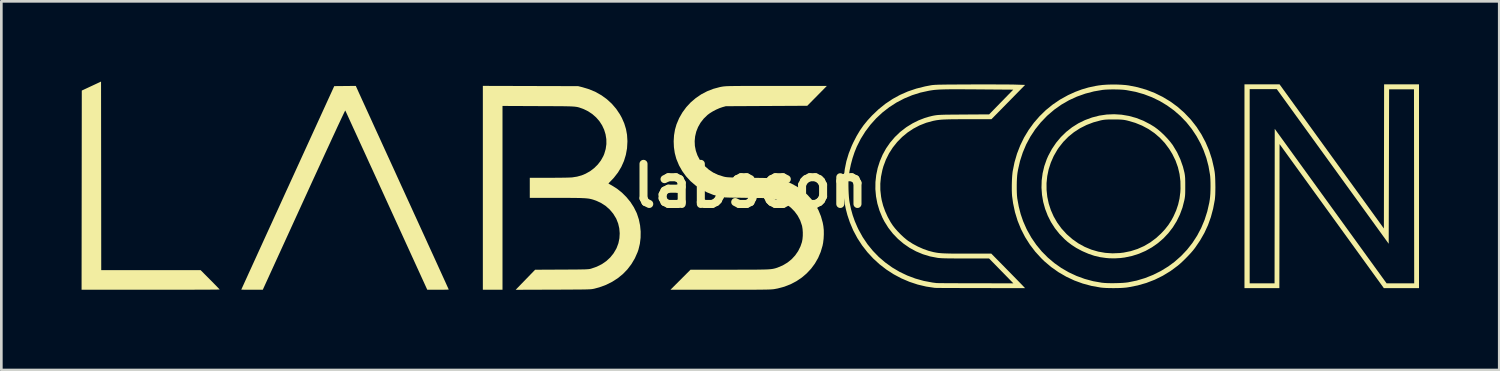
<source format=kicad_pcb>
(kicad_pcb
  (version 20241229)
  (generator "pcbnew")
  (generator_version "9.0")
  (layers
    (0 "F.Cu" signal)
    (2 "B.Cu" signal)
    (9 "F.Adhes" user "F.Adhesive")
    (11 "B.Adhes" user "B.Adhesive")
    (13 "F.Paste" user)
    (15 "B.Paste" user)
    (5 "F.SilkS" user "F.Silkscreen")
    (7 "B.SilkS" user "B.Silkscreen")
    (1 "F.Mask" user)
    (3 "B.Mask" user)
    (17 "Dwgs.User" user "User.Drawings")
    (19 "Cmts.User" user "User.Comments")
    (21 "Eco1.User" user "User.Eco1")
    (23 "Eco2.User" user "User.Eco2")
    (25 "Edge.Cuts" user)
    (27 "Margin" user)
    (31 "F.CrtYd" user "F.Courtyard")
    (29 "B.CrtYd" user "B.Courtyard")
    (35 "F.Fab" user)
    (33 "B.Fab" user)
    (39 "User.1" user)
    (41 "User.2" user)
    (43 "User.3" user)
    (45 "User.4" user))
  (footprint "labscon"
    (layer "F.Cu")
    (at 25.01 3.898)
    (property "Reference" "labscon" (at 0 0 0) (layer "F.SilkS") (effects (font (size 1.5 1.5) (thickness 0.3))))
    (attr board_only exclude_from_pos_files exclude_from_bom)
    (fp_poly (pts (xy -24.278 -0.373) (xy -24.275 3.151) (xy -22.417 3.151) (xy -20.56 3.151) (xy -20.205 3.508) (xy -20.12 3.593) (xy -20.043 3.672) (xy -19.975 3.741) (xy -19.919 3.799) (xy -19.878 3.842) (xy -19.854 3.869) (xy -19.849 3.876) (xy -19.864 3.877) (xy -19.907 3.878) (xy -19.977 3.879) (xy -20.073 3.88) (xy -20.192 3.881) (xy -20.334 3.882) (xy -20.496 3.882) (xy -20.678 3.883) (xy -20.878 3.884) (xy -21.094 3.884) (xy -21.325 3.885) (xy -21.568 3.885) (xy -21.824 3.885) (xy -22.089 3.886) (xy -22.363 3.886) (xy -22.429 3.886) (xy -25.01 3.886) (xy -25.006 0.162) (xy -25.002 -3.562) (xy -24.642 -3.73) (xy -24.282 -3.898)) (stroke (width 0) (type solid)) (fill yes) (layer "F.SilkS"))
    (fp_poly (pts (xy 24.995 0.015) (xy 24.995 3.826) (xy 24.338 3.826) (xy 23.681 3.826) (xy 21.731 1.132) (xy 19.781 -1.561) (xy 19.778 1.132) (xy 19.774 3.826) (xy 19.121 3.826) (xy 18.469 3.826) (xy 18.469 0.015) (xy 18.469 -3.616) (xy 18.664 -3.616) (xy 18.664 0.015) (xy 18.664 3.646) (xy 19.129 3.646) (xy 19.594 3.646) (xy 19.598 0.758) (xy 19.601 -2.131) (xy 21.692 0.758) (xy 23.783 3.646) (xy 24.299 3.646) (xy 24.815 3.646) (xy 24.811 0.019) (xy 24.807 -3.608) (xy 24.342 -3.608) (xy 23.877 -3.608) (xy 23.87 -0.721) (xy 23.862 2.166) (xy 21.77 -0.725) (xy 19.677 -3.616) (xy 19.17 -3.616) (xy 18.664 -3.616) (xy 18.469 -3.616) (xy 18.469 -3.796) (xy 19.125 -3.795) (xy 19.781 -3.795) (xy 21.732 -1.099) (xy 23.682 1.596) (xy 23.686 -1.1) (xy 23.69 -3.796) (xy 24.342 -3.796) (xy 24.995 -3.796)) (stroke (width 0) (type solid)) (fill yes) (layer "F.SilkS"))
    (fp_poly (pts (xy -14.739 -3.695) (xy -14.731 -3.678) (xy -14.711 -3.635) (xy -14.68 -3.566) (xy -14.639 -3.474) (xy -14.586 -3.359) (xy -14.524 -3.222) (xy -14.452 -3.065) (xy -14.371 -2.888) (xy -14.282 -2.693) (xy -14.185 -2.481) (xy -14.081 -2.252) (xy -13.97 -2.009) (xy -13.852 -1.752) (xy -13.729 -1.482) (xy -13.6 -1.2) (xy -13.466 -0.907) (xy -13.328 -0.606) (xy -13.187 -0.296) (xy -13.042 0.022) (xy -13.002 0.108) (xy -12.857 0.426) (xy -12.714 0.738) (xy -12.576 1.041) (xy -12.441 1.335) (xy -12.312 1.618) (xy -12.187 1.89) (xy -12.069 2.15) (xy -11.957 2.395) (xy -11.851 2.626) (xy -11.753 2.841) (xy -11.663 3.039) (xy -11.581 3.219) (xy -11.508 3.379) (xy -11.444 3.519) (xy -11.39 3.638) (xy -11.347 3.734) (xy -11.314 3.806) (xy -11.292 3.854) (xy -11.283 3.876) (xy -11.282 3.877) (xy -11.297 3.879) (xy -11.337 3.881) (xy -11.4 3.883) (xy -11.481 3.884) (xy -11.576 3.885) (xy -11.683 3.886) (xy -11.684 3.886) (xy -12.085 3.885) (xy -13.612 0.544) (xy -13.749 0.243) (xy -13.883 -0.05) (xy -14.013 -0.335) (xy -14.139 -0.61) (xy -14.261 -0.875) (xy -14.376 -1.128) (xy -14.486 -1.368) (xy -14.59 -1.594) (xy -14.686 -1.805) (xy -14.775 -1.999) (xy -14.856 -2.175) (xy -14.928 -2.333) (xy -14.991 -2.47) (xy -15.044 -2.587) (xy -15.087 -2.681) (xy -15.12 -2.751) (xy -15.141 -2.796) (xy -15.15 -2.816) (xy -15.151 -2.817) (xy -15.158 -2.805) (xy -15.178 -2.767) (xy -15.209 -2.703) (xy -15.252 -2.613) (xy -15.306 -2.499) (xy -15.371 -2.36) (xy -15.447 -2.198) (xy -15.532 -2.013) (xy -15.629 -1.805) (xy -15.734 -1.576) (xy -15.85 -1.326) (xy -15.974 -1.056) (xy -16.107 -0.766) (xy -16.249 -0.457) (xy -16.4 -0.129) (xy -16.558 0.217) (xy -16.699 0.525) (xy -18.235 3.886) (xy -18.637 3.886) (xy -18.743 3.886) (xy -18.839 3.885) (xy -18.92 3.884) (xy -18.983 3.883) (xy -19.024 3.882) (xy -19.039 3.88) (xy -19.039 3.88) (xy -19.033 3.866) (xy -19.014 3.826) (xy -18.985 3.761) (xy -18.944 3.672) (xy -18.893 3.559) (xy -18.832 3.426) (xy -18.762 3.271) (xy -18.682 3.097) (xy -18.594 2.904) (xy -18.498 2.694) (xy -18.395 2.467) (xy -18.284 2.225) (xy -18.168 1.97) (xy -18.045 1.701) (xy -17.916 1.42) (xy -17.783 1.128) (xy -17.645 0.827) (xy -17.504 0.517) (xy -17.359 0.199) (xy -17.301 0.073) (xy -15.563 -3.728) (xy -15.159 -3.732) (xy -14.755 -3.736)) (stroke (width 0) (type solid)) (fill yes) (layer "F.SilkS"))
    (fp_poly (pts (xy 13.875 -2.66) (xy 14.15 -2.613) (xy 14.421 -2.538) (xy 14.685 -2.435) (xy 14.941 -2.303) (xy 15.102 -2.204) (xy 15.217 -2.119) (xy 15.341 -2.015) (xy 15.466 -1.897) (xy 15.585 -1.772) (xy 15.693 -1.647) (xy 15.783 -1.529) (xy 15.796 -1.509) (xy 15.949 -1.255) (xy 16.072 -0.99) (xy 16.169 -0.715) (xy 16.221 -0.51) (xy 16.232 -0.455) (xy 16.24 -0.404) (xy 16.246 -0.351) (xy 16.251 -0.291) (xy 16.253 -0.217) (xy 16.255 -0.126) (xy 16.255 -0.01) (xy 16.255 0.008) (xy 16.255 0.127) (xy 16.254 0.222) (xy 16.252 0.298) (xy 16.248 0.361) (xy 16.242 0.417) (xy 16.234 0.471) (xy 16.223 0.529) (xy 16.221 0.539) (xy 16.151 0.814) (xy 16.054 1.076) (xy 15.933 1.323) (xy 15.789 1.555) (xy 15.623 1.77) (xy 15.438 1.966) (xy 15.234 2.142) (xy 15.013 2.297) (xy 14.776 2.43) (xy 14.525 2.539) (xy 14.262 2.623) (xy 13.988 2.68) (xy 13.825 2.7) (xy 13.614 2.712) (xy 13.411 2.708) (xy 13.294 2.698) (xy 13.068 2.666) (xy 12.853 2.615) (xy 12.641 2.543) (xy 12.423 2.449) (xy 12.37 2.423) (xy 12.18 2.321) (xy 12.011 2.212) (xy 11.853 2.092) (xy 11.749 2) (xy 11.554 1.801) (xy 11.382 1.585) (xy 11.235 1.355) (xy 11.113 1.113) (xy 11.016 0.861) (xy 10.944 0.602) (xy 10.899 0.337) (xy 10.88 0.069) (xy 10.885 -0.103) (xy 11.069 -0.103) (xy 11.07 0.155) (xy 11.097 0.412) (xy 11.151 0.664) (xy 11.231 0.91) (xy 11.337 1.149) (xy 11.469 1.377) (xy 11.626 1.593) (xy 11.809 1.794) (xy 11.832 1.817) (xy 12.04 1.998) (xy 12.263 2.154) (xy 12.498 2.283) (xy 12.744 2.385) (xy 13 2.46) (xy 13.264 2.506) (xy 13.534 2.524) (xy 13.809 2.513) (xy 13.951 2.496) (xy 14.216 2.442) (xy 14.472 2.36) (xy 14.716 2.251) (xy 14.948 2.115) (xy 15.166 1.952) (xy 15.348 1.785) (xy 15.498 1.624) (xy 15.625 1.462) (xy 15.736 1.29) (xy 15.813 1.148) (xy 15.914 0.923) (xy 15.989 0.701) (xy 16.041 0.475) (xy 16.071 0.237) (xy 16.078 0.105) (xy 16.074 -0.172) (xy 16.042 -0.438) (xy 15.981 -0.696) (xy 15.891 -0.947) (xy 15.772 -1.19) (xy 15.655 -1.38) (xy 15.492 -1.599) (xy 15.307 -1.796) (xy 15.103 -1.971) (xy 14.881 -2.123) (xy 14.641 -2.251) (xy 14.385 -2.355) (xy 14.115 -2.434) (xy 14.056 -2.448) (xy 13.997 -2.46) (xy 13.943 -2.468) (xy 13.885 -2.474) (xy 13.819 -2.478) (xy 13.737 -2.481) (xy 13.635 -2.482) (xy 13.578 -2.482) (xy 13.464 -2.481) (xy 13.374 -2.48) (xy 13.303 -2.477) (xy 13.242 -2.472) (xy 13.188 -2.465) (xy 13.133 -2.455) (xy 13.098 -2.448) (xy 12.823 -2.374) (xy 12.564 -2.275) (xy 12.32 -2.152) (xy 12.093 -2.005) (xy 11.885 -1.836) (xy 11.697 -1.645) (xy 11.529 -1.433) (xy 11.473 -1.35) (xy 11.337 -1.114) (xy 11.229 -0.868) (xy 11.148 -0.617) (xy 11.095 -0.361) (xy 11.069 -0.103) (xy 10.885 -0.103) (xy 10.887 -0.2) (xy 10.922 -0.468) (xy 10.985 -0.734) (xy 11.076 -0.994) (xy 11.133 -1.123) (xy 11.269 -1.376) (xy 11.428 -1.611) (xy 11.607 -1.825) (xy 11.806 -2.018) (xy 12.023 -2.189) (xy 12.257 -2.336) (xy 12.506 -2.458) (xy 12.769 -2.555) (xy 13.041 -2.625) (xy 13.319 -2.666) (xy 13.598 -2.677)) (stroke (width 0) (type solid)) (fill yes) (layer "F.SilkS"))
    (fp_poly (pts (xy -8.225 -3.732) (xy -6.444 -3.727) (xy -6.286 -3.688) (xy -6.03 -3.61) (xy -5.791 -3.509) (xy -5.57 -3.384) (xy -5.367 -3.236) (xy -5.184 -3.068) (xy -5.021 -2.878) (xy -4.881 -2.669) (xy -4.809 -2.538) (xy -4.719 -2.331) (xy -4.655 -2.123) (xy -4.616 -1.909) (xy -4.602 -1.682) (xy -4.602 -1.65) (xy -4.616 -1.401) (xy -4.66 -1.16) (xy -4.731 -0.928) (xy -4.83 -0.707) (xy -4.955 -0.498) (xy -5.106 -0.304) (xy -5.227 -0.176) (xy -5.267 -0.136) (xy -5.296 -0.105) (xy -5.31 -0.087) (xy -5.31 -0.085) (xy -5.295 -0.076) (xy -5.26 -0.056) (xy -5.211 -0.029) (xy -5.187 -0.016) (xy -4.991 0.107) (xy -4.808 0.253) (xy -4.639 0.421) (xy -4.489 0.604) (xy -4.362 0.8) (xy -4.26 1.005) (xy -4.245 1.041) (xy -4.174 1.257) (xy -4.128 1.481) (xy -4.106 1.711) (xy -4.109 1.941) (xy -4.136 2.166) (xy -4.188 2.381) (xy -4.22 2.476) (xy -4.323 2.709) (xy -4.451 2.925) (xy -4.6 3.121) (xy -4.772 3.299) (xy -4.964 3.455) (xy -5.176 3.591) (xy -5.406 3.705) (xy -5.653 3.795) (xy -5.839 3.845) (xy -5.864 3.85) (xy -5.888 3.855) (xy -5.913 3.859) (xy -5.943 3.863) (xy -5.978 3.866) (xy -6.021 3.869) (xy -6.073 3.871) (xy -6.138 3.873) (xy -6.215 3.875) (xy -6.309 3.876) (xy -6.419 3.877) (xy -6.55 3.878) (xy -6.702 3.879) (xy -6.877 3.88) (xy -7.078 3.881) (xy -7.306 3.882) (xy -7.38 3.882) (xy -8.78 3.887) (xy -8.416 3.512) (xy -8.053 3.137) (xy -7.061 3.132) (xy -6.863 3.131) (xy -6.694 3.13) (xy -6.55 3.129) (xy -6.428 3.128) (xy -6.327 3.126) (xy -6.244 3.125) (xy -6.177 3.123) (xy -6.123 3.12) (xy -6.08 3.117) (xy -6.045 3.114) (xy -6.016 3.11) (xy -5.992 3.105) (xy -5.968 3.099) (xy -5.954 3.095) (xy -5.747 3.023) (xy -5.559 2.929) (xy -5.391 2.814) (xy -5.244 2.678) (xy -5.119 2.523) (xy -5.017 2.349) (xy -5.002 2.317) (xy -4.938 2.144) (xy -4.901 1.962) (xy -4.89 1.776) (xy -4.906 1.589) (xy -4.948 1.408) (xy -5.016 1.236) (xy -5.028 1.212) (xy -5.135 1.039) (xy -5.264 0.886) (xy -5.413 0.754) (xy -5.582 0.644) (xy -5.77 0.556) (xy -5.814 0.541) (xy -5.862 0.524) (xy -5.909 0.509) (xy -5.955 0.497) (xy -6.003 0.486) (xy -6.056 0.477) (xy -6.116 0.47) (xy -6.186 0.464) (xy -6.267 0.46) (xy -6.363 0.456) (xy -6.476 0.454) (xy -6.608 0.452) (xy -6.762 0.451) (xy -6.94 0.45) (xy -7.144 0.45) (xy -7.243 0.45) (xy -8.252 0.45) (xy -8.252 0.075) (xy -8.252 -0.3) (xy -7.535 -0.3) (xy -7.385 -0.301) (xy -7.24 -0.302) (xy -7.102 -0.303) (xy -6.976 -0.305) (xy -6.866 -0.307) (xy -6.774 -0.31) (xy -6.706 -0.313) (xy -6.67 -0.315) (xy -6.484 -0.344) (xy -6.311 -0.392) (xy -6.169 -0.451) (xy -6 -0.545) (xy -5.846 -0.662) (xy -5.709 -0.797) (xy -5.593 -0.949) (xy -5.502 -1.112) (xy -5.468 -1.193) (xy -5.414 -1.377) (xy -5.388 -1.562) (xy -5.39 -1.745) (xy -5.419 -1.925) (xy -5.472 -2.098) (xy -5.549 -2.263) (xy -5.649 -2.417) (xy -5.771 -2.557) (xy -5.913 -2.682) (xy -6.074 -2.789) (xy -6.252 -2.875) (xy -6.316 -2.898) (xy -6.354 -2.911) (xy -6.387 -2.923) (xy -6.42 -2.933) (xy -6.453 -2.942) (xy -6.488 -2.949) (xy -6.529 -2.955) (xy -6.576 -2.961) (xy -6.632 -2.965) (xy -6.699 -2.969) (xy -6.779 -2.972) (xy -6.874 -2.974) (xy -6.986 -2.976) (xy -7.117 -2.977) (xy -7.27 -2.978) (xy -7.446 -2.979) (xy -7.647 -2.98) (xy -7.876 -2.981) (xy -7.933 -2.981) (xy -9.272 -2.987) (xy -9.272 0.449) (xy -9.272 3.886) (xy -9.639 3.886) (xy -10.007 3.886) (xy -10.007 0.075) (xy -10.007 -3.737)) (stroke (width 0) (type solid)) (fill yes) (layer "F.SilkS"))
    (fp_poly (pts (xy 2.49 -3.364) (xy 2.123 -2.993) (xy 0.6 -2.985) (xy -0.923 -2.977) (xy -1.043 -2.944) (xy -1.159 -2.904) (xy -1.283 -2.85) (xy -1.405 -2.786) (xy -1.517 -2.717) (xy -1.605 -2.652) (xy -1.748 -2.513) (xy -1.867 -2.361) (xy -1.96 -2.198) (xy -2.028 -2.027) (xy -2.07 -1.85) (xy -2.087 -1.671) (xy -2.079 -1.491) (xy -2.044 -1.313) (xy -1.984 -1.14) (xy -1.897 -0.975) (xy -1.784 -0.819) (xy -1.708 -0.737) (xy -1.556 -0.603) (xy -1.39 -0.494) (xy -1.208 -0.409) (xy -1.006 -0.346) (xy -0.99 -0.342) (xy -0.961 -0.335) (xy -0.931 -0.33) (xy -0.897 -0.325) (xy -0.857 -0.321) (xy -0.808 -0.318) (xy -0.747 -0.315) (xy -0.673 -0.312) (xy -0.581 -0.31) (xy -0.47 -0.307) (xy -0.336 -0.305) (xy -0.178 -0.303) (xy 0.007 -0.301) (xy 0.015 -0.3) (xy 0.201 -0.298) (xy 0.36 -0.296) (xy 0.494 -0.294) (xy 0.606 -0.291) (xy 0.699 -0.289) (xy 0.775 -0.286) (xy 0.837 -0.283) (xy 0.887 -0.28) (xy 0.928 -0.276) (xy 0.963 -0.271) (xy 0.995 -0.266) (xy 1.025 -0.259) (xy 1.029 -0.258) (xy 1.28 -0.187) (xy 1.516 -0.091) (xy 1.736 0.028) (xy 1.938 0.168) (xy 2.121 0.328) (xy 2.284 0.507) (xy 2.424 0.702) (xy 2.542 0.913) (xy 2.634 1.139) (xy 2.701 1.377) (xy 2.725 1.508) (xy 2.74 1.651) (xy 2.742 1.81) (xy 2.734 1.974) (xy 2.715 2.132) (xy 2.695 2.235) (xy 2.625 2.472) (xy 2.529 2.696) (xy 2.409 2.905) (xy 2.266 3.098) (xy 2.102 3.273) (xy 1.918 3.43) (xy 1.716 3.566) (xy 1.498 3.68) (xy 1.265 3.771) (xy 1.018 3.837) (xy 0.878 3.863) (xy 0.851 3.866) (xy 0.819 3.869) (xy 0.78 3.872) (xy 0.732 3.875) (xy 0.673 3.877) (xy 0.602 3.879) (xy 0.517 3.88) (xy 0.416 3.882) (xy 0.299 3.883) (xy 0.162 3.884) (xy 0.006 3.884) (xy -0.173 3.885) (xy -0.375 3.885) (xy -0.602 3.885) (xy -0.856 3.886) (xy -1.133 3.886) (xy -2.993 3.886) (xy -2.618 3.511) (xy -2.243 3.136) (xy -0.793 3.136) (xy -0.542 3.136) (xy -0.319 3.135) (xy -0.121 3.135) (xy 0.052 3.135) (xy 0.203 3.134) (xy 0.333 3.132) (xy 0.446 3.13) (xy 0.541 3.128) (xy 0.623 3.125) (xy 0.692 3.121) (xy 0.75 3.116) (xy 0.8 3.11) (xy 0.844 3.103) (xy 0.882 3.095) (xy 0.918 3.086) (xy 0.953 3.076) (xy 0.989 3.064) (xy 1.013 3.056) (xy 1.205 2.975) (xy 1.379 2.872) (xy 1.535 2.747) (xy 1.669 2.603) (xy 1.782 2.44) (xy 1.87 2.261) (xy 1.924 2.102) (xy 1.944 1.996) (xy 1.955 1.873) (xy 1.956 1.743) (xy 1.947 1.616) (xy 1.929 1.503) (xy 1.922 1.478) (xy 1.857 1.289) (xy 1.765 1.116) (xy 1.65 0.959) (xy 1.513 0.819) (xy 1.355 0.699) (xy 1.178 0.6) (xy 0.983 0.523) (xy 0.902 0.499) (xy 0.758 0.46) (xy -0.12 0.45) (xy -0.306 0.447) (xy -0.465 0.445) (xy -0.599 0.443) (xy -0.712 0.441) (xy -0.804 0.439) (xy -0.88 0.436) (xy -0.942 0.434) (xy -0.993 0.43) (xy -1.034 0.426) (xy -1.07 0.421) (xy -1.102 0.416) (xy -1.133 0.409) (xy -1.137 0.408) (xy -1.39 0.338) (xy -1.628 0.243) (xy -1.851 0.125) (xy -2.056 -0.015) (xy -2.242 -0.175) (xy -2.408 -0.355) (xy -2.552 -0.552) (xy -2.672 -0.765) (xy -2.767 -0.993) (xy -2.776 -1.018) (xy -2.831 -1.225) (xy -2.863 -1.443) (xy -2.872 -1.667) (xy -2.859 -1.889) (xy -2.822 -2.105) (xy -2.766 -2.299) (xy -2.668 -2.53) (xy -2.545 -2.745) (xy -2.399 -2.943) (xy -2.232 -3.123) (xy -2.045 -3.282) (xy -1.841 -3.421) (xy -1.621 -3.536) (xy -1.388 -3.627) (xy -1.142 -3.693) (xy -1.067 -3.707) (xy -1.041 -3.711) (xy -1.015 -3.715) (xy -0.986 -3.718) (xy -0.953 -3.721) (xy -0.915 -3.724) (xy -0.869 -3.726) (xy -0.815 -3.728) (xy -0.75 -3.73) (xy -0.672 -3.731) (xy -0.581 -3.732) (xy -0.473 -3.733) (xy -0.349 -3.734) (xy -0.205 -3.735) (xy -0.04 -3.735) (xy 0.147 -3.735) (xy 0.359 -3.736) (xy 0.596 -3.736) (xy 0.861 -3.736) (xy 0.98 -3.736) (xy 2.856 -3.736)) (stroke (width 0) (type solid)) (fill yes) (layer "F.SilkS"))
    (fp_poly (pts (xy 13.693 -3.787) (xy 13.87 -3.78) (xy 14.033 -3.767) (xy 14.14 -3.753) (xy 14.476 -3.686) (xy 14.801 -3.592) (xy 15.114 -3.471) (xy 15.413 -3.324) (xy 15.698 -3.152) (xy 15.966 -2.956) (xy 16.216 -2.736) (xy 16.448 -2.493) (xy 16.47 -2.468) (xy 16.677 -2.204) (xy 16.859 -1.923) (xy 17.016 -1.627) (xy 17.148 -1.318) (xy 17.253 -0.995) (xy 17.33 -0.662) (xy 17.354 -0.525) (xy 17.364 -0.44) (xy 17.372 -0.332) (xy 17.377 -0.208) (xy 17.38 -0.075) (xy 17.382 0.062) (xy 17.38 0.195) (xy 17.377 0.319) (xy 17.37 0.426) (xy 17.362 0.51) (xy 17.361 0.518) (xy 17.298 0.852) (xy 17.213 1.169) (xy 17.105 1.47) (xy 16.971 1.76) (xy 16.811 2.04) (xy 16.624 2.315) (xy 16.588 2.362) (xy 16.523 2.442) (xy 16.441 2.535) (xy 16.347 2.635) (xy 16.248 2.736) (xy 16.148 2.833) (xy 16.054 2.919) (xy 15.976 2.985) (xy 15.703 3.187) (xy 15.415 3.362) (xy 15.115 3.51) (xy 14.801 3.631) (xy 14.476 3.724) (xy 14.14 3.79) (xy 14.053 3.803) (xy 13.957 3.812) (xy 13.84 3.819) (xy 13.708 3.823) (xy 13.569 3.824) (xy 13.43 3.823) (xy 13.299 3.819) (xy 13.183 3.812) (xy 13.09 3.802) (xy 12.751 3.742) (xy 12.424 3.654) (xy 12.108 3.539) (xy 11.806 3.397) (xy 11.517 3.23) (xy 11.245 3.038) (xy 10.988 2.821) (xy 10.875 2.711) (xy 10.646 2.461) (xy 10.443 2.194) (xy 10.265 1.912) (xy 10.113 1.616) (xy 9.987 1.306) (xy 9.889 0.985) (xy 9.818 0.652) (xy 9.781 0.384) (xy 9.774 0.283) (xy 9.77 0.162) (xy 9.77 0.027) (xy 9.77 -0.011) (xy 9.955 -0.011) (xy 9.955 0.124) (xy 9.958 0.252) (xy 9.964 0.366) (xy 9.973 0.459) (xy 9.975 0.473) (xy 10.03 0.774) (xy 10.102 1.057) (xy 10.195 1.327) (xy 10.311 1.591) (xy 10.344 1.658) (xy 10.504 1.942) (xy 10.687 2.208) (xy 10.892 2.456) (xy 11.118 2.683) (xy 11.362 2.889) (xy 11.623 3.073) (xy 11.9 3.233) (xy 12.191 3.369) (xy 12.495 3.48) (xy 12.81 3.565) (xy 13.135 3.622) (xy 13.146 3.623) (xy 13.244 3.632) (xy 13.364 3.638) (xy 13.498 3.64) (xy 13.639 3.639) (xy 13.78 3.635) (xy 13.913 3.629) (xy 14.031 3.619) (xy 14.118 3.608) (xy 14.437 3.543) (xy 14.75 3.449) (xy 15.053 3.329) (xy 15.345 3.183) (xy 15.622 3.013) (xy 15.852 2.843) (xy 16.098 2.626) (xy 16.321 2.391) (xy 16.522 2.136) (xy 16.698 1.865) (xy 16.85 1.578) (xy 16.977 1.276) (xy 17.078 0.96) (xy 17.153 0.632) (xy 17.173 0.51) (xy 17.184 0.414) (xy 17.193 0.296) (xy 17.198 0.164) (xy 17.2 0.025) (xy 17.199 -0.112) (xy 17.195 -0.241) (xy 17.188 -0.353) (xy 17.18 -0.42) (xy 17.124 -0.739) (xy 17.044 -1.043) (xy 16.938 -1.337) (xy 16.835 -1.568) (xy 16.678 -1.856) (xy 16.498 -2.127) (xy 16.297 -2.378) (xy 16.075 -2.609) (xy 15.834 -2.819) (xy 15.575 -3.006) (xy 15.301 -3.171) (xy 15.011 -3.311) (xy 14.709 -3.426) (xy 14.394 -3.515) (xy 14.069 -3.576) (xy 13.99 -3.587) (xy 13.897 -3.595) (xy 13.783 -3.601) (xy 13.656 -3.604) (xy 13.525 -3.605) (xy 13.398 -3.602) (xy 13.282 -3.597) (xy 13.187 -3.589) (xy 13.173 -3.588) (xy 12.84 -3.531) (xy 12.518 -3.447) (xy 12.208 -3.337) (xy 11.911 -3.201) (xy 11.629 -3.039) (xy 11.363 -2.852) (xy 11.114 -2.64) (xy 11.079 -2.607) (xy 10.849 -2.367) (xy 10.644 -2.111) (xy 10.464 -1.838) (xy 10.309 -1.55) (xy 10.181 -1.248) (xy 10.078 -0.931) (xy 10.003 -0.602) (xy 9.982 -0.48) (xy 9.971 -0.388) (xy 9.963 -0.275) (xy 9.957 -0.147) (xy 9.955 -0.011) (xy 9.77 -0.011) (xy 9.772 -0.113) (xy 9.777 -0.251) (xy 9.785 -0.379) (xy 9.796 -0.49) (xy 9.804 -0.548) (xy 9.871 -0.88) (xy 9.965 -1.202) (xy 10.085 -1.511) (xy 10.23 -1.808) (xy 10.4 -2.089) (xy 10.592 -2.354) (xy 10.807 -2.601) (xy 11.042 -2.83) (xy 11.297 -3.037) (xy 11.571 -3.223) (xy 11.863 -3.385) (xy 11.889 -3.398) (xy 12.142 -3.513) (xy 12.388 -3.605) (xy 12.638 -3.678) (xy 12.901 -3.734) (xy 13.015 -3.753) (xy 13.162 -3.771) (xy 13.33 -3.783) (xy 13.51 -3.788)) (stroke (width 0) (type solid)) (fill yes) (layer "F.SilkS"))
    (fp_poly (pts (xy 9.02 -3.792) (xy 9.203 -3.791) (xy 9.373 -3.791) (xy 9.528 -3.79) (xy 9.662 -3.789) (xy 9.775 -3.787) (xy 9.861 -3.786) (xy 9.894 -3.785) (xy 10.268 -3.773) (xy 9.639 -3.132) (xy 9.009 -2.491) (xy 8.135 -2.491) (xy 7.929 -2.491) (xy 7.75 -2.49) (xy 7.595 -2.489) (xy 7.462 -2.487) (xy 7.348 -2.484) (xy 7.25 -2.48) (xy 7.165 -2.476) (xy 7.091 -2.47) (xy 7.024 -2.462) (xy 6.962 -2.454) (xy 6.902 -2.443) (xy 6.841 -2.431) (xy 6.828 -2.428) (xy 6.57 -2.358) (xy 6.324 -2.261) (xy 6.09 -2.138) (xy 5.871 -1.993) (xy 5.669 -1.826) (xy 5.485 -1.639) (xy 5.321 -1.433) (xy 5.179 -1.212) (xy 5.061 -0.975) (xy 4.968 -0.726) (xy 4.931 -0.592) (xy 4.879 -0.337) (xy 4.854 -0.088) (xy 4.855 0.158) (xy 4.883 0.409) (xy 4.906 0.536) (xy 4.96 0.743) (xy 5.037 0.956) (xy 5.132 1.165) (xy 5.24 1.361) (xy 5.322 1.485) (xy 5.404 1.59) (xy 5.503 1.702) (xy 5.614 1.816) (xy 5.728 1.923) (xy 5.838 2.015) (xy 5.896 2.059) (xy 6.068 2.169) (xy 6.257 2.27) (xy 6.455 2.358) (xy 6.654 2.429) (xy 6.845 2.479) (xy 6.857 2.481) (xy 6.914 2.492) (xy 6.971 2.502) (xy 7.031 2.51) (xy 7.096 2.516) (xy 7.169 2.522) (xy 7.253 2.526) (xy 7.351 2.529) (xy 7.465 2.532) (xy 7.598 2.534) (xy 7.754 2.535) (xy 7.934 2.535) (xy 8.122 2.535) (xy 9.004 2.535) (xy 9.54 3.079) (xy 9.648 3.189) (xy 9.752 3.295) (xy 9.851 3.396) (xy 9.941 3.488) (xy 10.02 3.569) (xy 10.086 3.637) (xy 10.137 3.689) (xy 10.168 3.722) (xy 10.171 3.724) (xy 10.267 3.826) (xy 8.61 3.823) (xy 8.389 3.823) (xy 8.175 3.823) (xy 7.971 3.822) (xy 7.779 3.821) (xy 7.601 3.821) (xy 7.438 3.82) (xy 7.293 3.819) (xy 7.167 3.819) (xy 7.064 3.818) (xy 6.984 3.817) (xy 6.93 3.816) (xy 6.903 3.816) (xy 6.901 3.816) (xy 6.572 3.767) (xy 6.251 3.691) (xy 5.94 3.588) (xy 5.641 3.46) (xy 5.355 3.308) (xy 5.084 3.133) (xy 4.828 2.936) (xy 4.59 2.718) (xy 4.371 2.481) (xy 4.173 2.227) (xy 3.996 1.955) (xy 3.842 1.667) (xy 3.714 1.365) (xy 3.623 1.093) (xy 3.566 0.874) (xy 3.523 0.663) (xy 3.495 0.45) (xy 3.48 0.227) (xy 3.476 0.008) (xy 3.476 0.001) (xy 3.662 0.001) (xy 3.665 0.144) (xy 3.671 0.285) (xy 3.68 0.418) (xy 3.692 0.535) (xy 3.704 0.615) (xy 3.757 0.867) (xy 3.822 1.101) (xy 3.901 1.325) (xy 3.999 1.551) (xy 4.036 1.629) (xy 4.193 1.914) (xy 4.373 2.182) (xy 4.575 2.43) (xy 4.797 2.659) (xy 5.039 2.866) (xy 5.298 3.052) (xy 5.573 3.215) (xy 5.862 3.353) (xy 6.165 3.467) (xy 6.48 3.555) (xy 6.805 3.616) (xy 6.961 3.636) (xy 6.984 3.636) (xy 7.034 3.637) (xy 7.11 3.638) (xy 7.209 3.639) (xy 7.33 3.64) (xy 7.469 3.64) (xy 7.626 3.641) (xy 7.798 3.642) (xy 7.982 3.642) (xy 8.176 3.643) (xy 8.379 3.643) (xy 8.422 3.643) (xy 9.829 3.646) (xy 9.375 3.181) (xy 8.92 2.716) (xy 8.039 2.716) (xy 7.842 2.715) (xy 7.673 2.715) (xy 7.529 2.714) (xy 7.407 2.713) (xy 7.305 2.711) (xy 7.22 2.709) (xy 7.149 2.706) (xy 7.09 2.702) (xy 7.04 2.698) (xy 6.997 2.693) (xy 6.991 2.692) (xy 6.714 2.639) (xy 6.447 2.558) (xy 6.192 2.451) (xy 5.95 2.319) (xy 5.724 2.163) (xy 5.514 1.985) (xy 5.323 1.786) (xy 5.153 1.568) (xy 5.005 1.331) (xy 4.93 1.185) (xy 4.823 0.926) (xy 4.744 0.662) (xy 4.693 0.394) (xy 4.669 0.126) (xy 4.672 -0.142) (xy 4.701 -0.407) (xy 4.756 -0.667) (xy 4.837 -0.92) (xy 4.941 -1.165) (xy 5.07 -1.399) (xy 5.223 -1.619) (xy 5.399 -1.825) (xy 5.597 -2.015) (xy 5.817 -2.185) (xy 5.85 -2.207) (xy 6.065 -2.339) (xy 6.287 -2.449) (xy 6.512 -2.536) (xy 6.661 -2.581) (xy 6.722 -2.596) (xy 6.776 -2.61) (xy 6.826 -2.621) (xy 6.874 -2.63) (xy 6.924 -2.638) (xy 6.978 -2.645) (xy 7.039 -2.65) (xy 7.109 -2.654) (xy 7.192 -2.657) (xy 7.29 -2.66) (xy 7.405 -2.661) (xy 7.542 -2.663) (xy 7.702 -2.664) (xy 7.888 -2.665) (xy 7.969 -2.666) (xy 8.923 -2.672) (xy 9.374 -3.134) (xy 9.825 -3.596) (xy 8.532 -3.606) (xy 8.281 -3.608) (xy 8.057 -3.609) (xy 7.859 -3.61) (xy 7.685 -3.61) (xy 7.531 -3.61) (xy 7.397 -3.609) (xy 7.28 -3.607) (xy 7.177 -3.604) (xy 7.087 -3.601) (xy 7.007 -3.596) (xy 6.935 -3.591) (xy 6.869 -3.585) (xy 6.806 -3.577) (xy 6.745 -3.568) (xy 6.684 -3.558) (xy 6.673 -3.556) (xy 6.353 -3.486) (xy 6.043 -3.388) (xy 5.745 -3.264) (xy 5.46 -3.115) (xy 5.191 -2.942) (xy 4.938 -2.746) (xy 4.703 -2.528) (xy 4.488 -2.289) (xy 4.293 -2.031) (xy 4.121 -1.755) (xy 3.974 -1.464) (xy 3.891 -1.26) (xy 3.816 -1.035) (xy 3.753 -0.8) (xy 3.704 -0.565) (xy 3.675 -0.361) (xy 3.667 -0.259) (xy 3.662 -0.136) (xy 3.662 0.001) (xy 3.476 0.001) (xy 3.488 -0.315) (xy 3.525 -0.622) (xy 3.585 -0.918) (xy 3.672 -1.208) (xy 3.785 -1.495) (xy 3.847 -1.628) (xy 3.965 -1.857) (xy 4.089 -2.065) (xy 4.222 -2.257) (xy 4.372 -2.442) (xy 4.542 -2.627) (xy 4.546 -2.631) (xy 4.789 -2.862) (xy 5.043 -3.067) (xy 5.31 -3.246) (xy 5.591 -3.4) (xy 5.887 -3.53) (xy 6.201 -3.636) (xy 6.533 -3.719) (xy 6.751 -3.76) (xy 6.782 -3.765) (xy 6.816 -3.769) (xy 6.854 -3.772) (xy 6.9 -3.776) (xy 6.956 -3.778) (xy 7.022 -3.781) (xy 7.102 -3.783) (xy 7.197 -3.784) (xy 7.31 -3.786) (xy 7.443 -3.787) (xy 7.597 -3.788) (xy 7.775 -3.789) (xy 7.979 -3.79) (xy 8.211 -3.791) (xy 8.214 -3.791) (xy 8.42 -3.792) (xy 8.625 -3.792) (xy 8.826 -3.792)) (stroke (width 0) (type solid)) (fill yes) (layer "F.SilkS")))
  (gr_rect
    (start -3 -3)
    (end 53.005 10.785)
    (stroke (width 0.1) (type default))
    (fill no)
    (layer "Edge.Cuts")))
</source>
